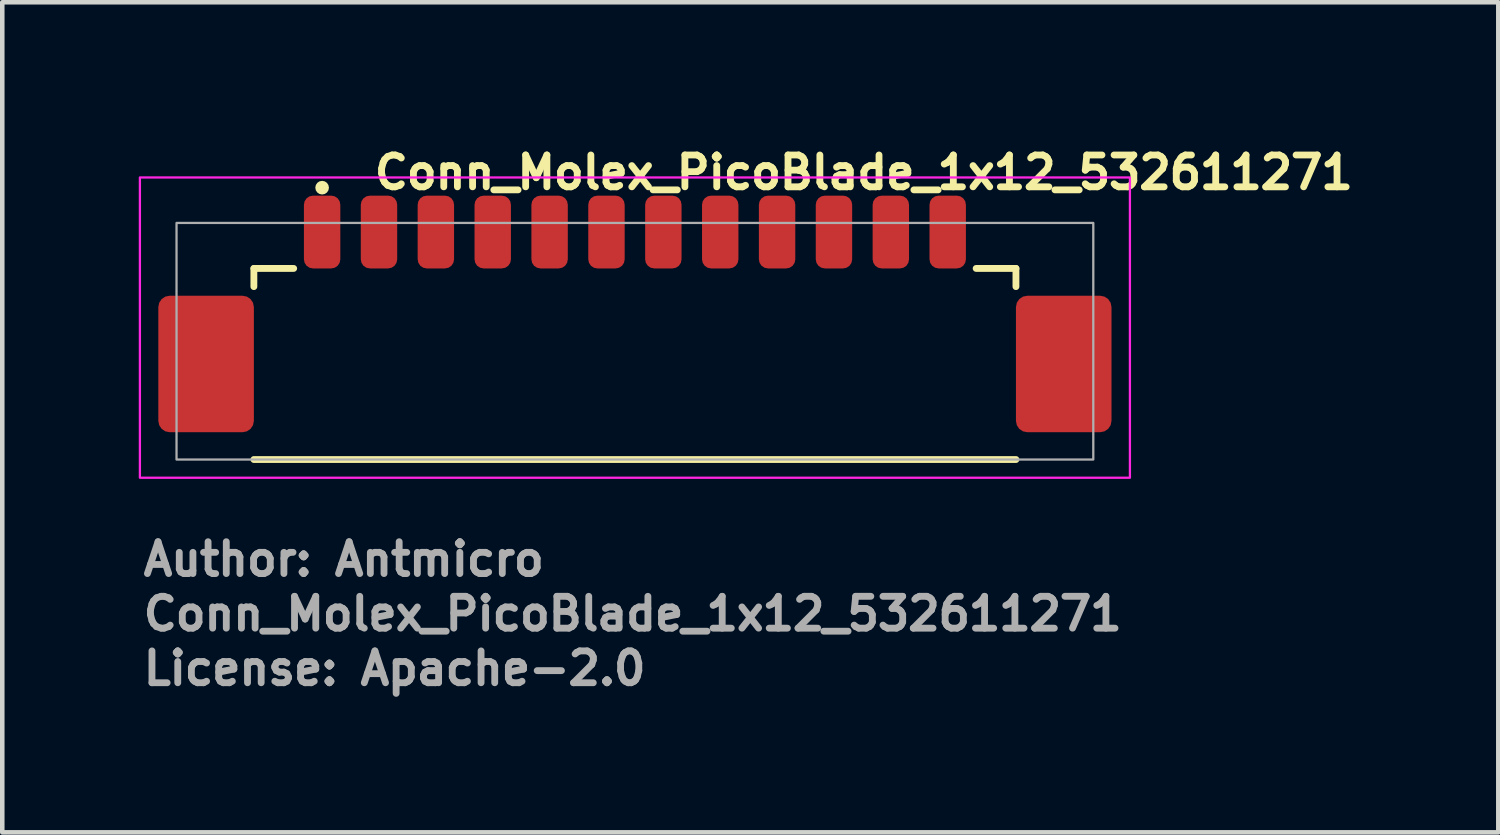
<source format=kicad_pcb>
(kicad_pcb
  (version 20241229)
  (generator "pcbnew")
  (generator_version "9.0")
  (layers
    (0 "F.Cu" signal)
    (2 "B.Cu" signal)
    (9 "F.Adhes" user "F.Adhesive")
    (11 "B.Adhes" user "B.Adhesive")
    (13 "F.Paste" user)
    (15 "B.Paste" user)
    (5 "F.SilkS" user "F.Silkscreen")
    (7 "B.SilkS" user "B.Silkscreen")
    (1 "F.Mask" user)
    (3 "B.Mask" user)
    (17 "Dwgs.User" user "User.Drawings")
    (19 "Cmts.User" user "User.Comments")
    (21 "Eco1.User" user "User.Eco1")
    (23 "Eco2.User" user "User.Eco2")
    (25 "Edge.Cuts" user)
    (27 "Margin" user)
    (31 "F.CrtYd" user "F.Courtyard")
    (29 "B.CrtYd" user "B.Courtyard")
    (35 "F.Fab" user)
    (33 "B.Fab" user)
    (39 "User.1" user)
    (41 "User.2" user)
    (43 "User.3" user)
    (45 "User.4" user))
  (footprint "Conn_Molex_PicoBlade_1x12_532611271"
    (layer "F.Cu")
    (at 10.905 4.45)
    (property "Reference" "Conn_Molex_PicoBlade_1x12_532611271" (at -5.8 -3.3 0) (layer "F.SilkS") (effects (font (size 0.7 0.7) (thickness 0.15)) (justify left bottom)))
    (attr smd)
    (fp_line (start -8.375 -1.6) (end -7.5 -1.6) (stroke (width 0.15) (type solid)) (layer "F.SilkS"))
    (fp_line (start -8.375 -1.2) (end -8.375 -1.6) (stroke (width 0.15) (type solid)) (layer "F.SilkS"))
    (fp_line (start -8.375 2.6) (end 8.375 2.6) (stroke (width 0.15) (type solid)) (layer "F.SilkS"))
    (fp_line (start 7.5 -1.6) (end 8.375 -1.6) (stroke (width 0.15) (type solid)) (layer "F.SilkS"))
    (fp_line (start 8.375 -1.2) (end 8.375 -1.6) (stroke (width 0.15) (type solid)) (layer "F.SilkS"))
    (fp_circle (center -6.875 -3.375) (end -6.8 -3.375) (stroke (width 0.15) (type solid)) (fill no) (layer "F.SilkS"))
    (fp_rect (start -10.88 -3.6) (end 10.88 3) (stroke (width 0.05) (type solid)) (fill no) (layer "F.CrtYd"))
    (fp_rect (start -10.075 -2.6) (end 10.075 2.6) (stroke (width 0.05) (type default)) (fill no) (layer "F.Fab"))
    (fp_rect (start -10.075 -2.6) (end 10.075 2.6) (stroke (width 0.1) (type solid)) (fill no) (layer "User.5"))
    (fp_line (start -10.075 1.4) (end -10.075 -0.4) (stroke (width 0.02) (type solid)) (layer "User.9"))
    (fp_line (start -10.075 1.4) (end -9.875 1.6) (stroke (width 0.02) (type solid)) (layer "User.9"))
    (fp_line (start -9.875 -0.6) (end -10.075 -0.4) (stroke (width 0.02) (type solid)) (layer "User.9"))
    (fp_line (start -9.875 -0.6) (end -9.675 -0.6) (stroke (width 0.02) (type solid)) (layer "User.9"))
    (fp_line (start -9.875 2.2) (end -9.875 -0.6) (stroke (width 0.02) (type solid)) (layer "User.9"))
    (fp_line (start -9.875 2.2) (end -9.675 2.2) (stroke (width 0.02) (type solid)) (layer "User.9"))
    (fp_line (start -9.675 -0.6) (end -8.875 -0.6) (stroke (width 0.02) (type solid)) (layer "User.9"))
    (fp_line (start -9.675 2.2) (end -9.675 -0.6) (stroke (width 0.02) (type solid)) (layer "User.9"))
    (fp_line (start -9.675 2.2) (end -8.875 2.2) (stroke (width 0.02) (type solid)) (layer "User.9"))
    (fp_line (start -8.875 -0.6) (end -8.375 -0.6) (stroke (width 0.02) (type solid)) (layer "User.9"))
    (fp_line (start -8.875 2.2) (end -8.875 -0.6) (stroke (width 0.02) (type solid)) (layer "User.9"))
    (fp_line (start -8.875 2.2) (end -8.375 2.2) (stroke (width 0.02) (type solid)) (layer "User.9"))
    (fp_line (start -8.375 -1.6) (end -8.375 1.6) (stroke (width 0.02) (type solid)) (layer "User.9"))
    (fp_line (start -8.375 1.6) (end -8.375 2.6) (stroke (width 0.02) (type solid)) (layer "User.9"))
    (fp_line (start -8.375 2.6) (end -8.075 2.6) (stroke (width 0.02) (type solid)) (layer "User.9"))
    (fp_line (start -8.075 2.6) (end -7.775 2.4) (stroke (width 0.02) (type solid)) (layer "User.9"))
    (fp_line (start -7.775 2.4) (end -7.775 1.6) (stroke (width 0.02) (type solid)) (layer "User.9"))
    (fp_line (start -7.775 2.4) (end -6.4 2.4) (stroke (width 0.02) (type solid)) (layer "User.9"))
    (fp_line (start -7.425 1) (end -7.425 1.6) (stroke (width 0.02) (type solid)) (layer "User.9"))
    (fp_line (start -7.425 1.6) (end -8.375 1.6) (stroke (width 0.02) (type solid)) (layer "User.9"))
    (fp_line (start -7.035 -2.6) (end -7.035 -2.3) (stroke (width 0.02) (type solid)) (layer "User.9"))
    (fp_line (start -7.035 -2.3) (end -7.035 -1.6) (stroke (width 0.02) (type solid)) (layer "User.9"))
    (fp_line (start -7.035 1) (end -7.035 1.9) (stroke (width 0.02) (type solid)) (layer "User.9"))
    (fp_line (start -6.715 -2.6) (end -7.035 -2.6) (stroke (width 0.02) (type solid)) (layer "User.9"))
    (fp_line (start -6.715 -2.6) (end -6.715 -2.3) (stroke (width 0.02) (type solid)) (layer "User.9"))
    (fp_line (start -6.715 -2.3) (end -7.035 -2.3) (stroke (width 0.02) (type solid)) (layer "User.9"))
    (fp_line (start -6.715 -2.3) (end -6.715 -1.6) (stroke (width 0.02) (type solid)) (layer "User.9"))
    (fp_line (start -6.715 1) (end -6.715 1.9) (stroke (width 0.02) (type solid)) (layer "User.9"))
    (fp_line (start -6.715 1.15) (end -6.4 1.15) (stroke (width 0.02) (type solid)) (layer "User.9"))
    (fp_line (start -6.715 1.9) (end -7.035 1.9) (stroke (width 0.02) (type solid)) (layer "User.9"))
    (fp_line (start -6.4 1.15) (end -6.4 2.4) (stroke (width 0.02) (type solid)) (layer "User.9"))
    (fp_line (start -6.4 2.4) (end -6.4 2.6) (stroke (width 0.02) (type solid)) (layer "User.9"))
    (fp_line (start -6.4 2.6) (end -8.075 2.6) (stroke (width 0.02) (type solid)) (layer "User.9"))
    (fp_line (start -6.1 1.15) (end -5.785 1.15) (stroke (width 0.02) (type solid)) (layer "User.9"))
    (fp_line (start -6.1 2.4) (end -6.1 1.15) (stroke (width 0.02) (type solid)) (layer "User.9"))
    (fp_line (start -6.1 2.4) (end 6.1 2.4) (stroke (width 0.02) (type solid)) (layer "User.9"))
    (fp_line (start -6.1 2.6) (end -6.1 2.4) (stroke (width 0.02) (type solid)) (layer "User.9"))
    (fp_line (start -5.785 -2.6) (end -5.785 -2.3) (stroke (width 0.02) (type solid)) (layer "User.9"))
    (fp_line (start -5.785 -2.3) (end -5.785 -1.6) (stroke (width 0.02) (type solid)) (layer "User.9"))
    (fp_line (start -5.785 1) (end -5.785 1.9) (stroke (width 0.02) (type solid)) (layer "User.9"))
    (fp_line (start -5.465 -2.6) (end -5.785 -2.6) (stroke (width 0.02) (type solid)) (layer "User.9"))
    (fp_line (start -5.465 -2.6) (end -5.465 -2.3) (stroke (width 0.02) (type solid)) (layer "User.9"))
    (fp_line (start -5.465 -2.3) (end -5.785 -2.3) (stroke (width 0.02) (type solid)) (layer "User.9"))
    (fp_line (start -5.465 -2.3) (end -5.465 -1.6) (stroke (width 0.02) (type solid)) (layer "User.9"))
    (fp_line (start -5.465 1) (end -5.465 1.9) (stroke (width 0.02) (type solid)) (layer "User.9"))
    (fp_line (start -5.465 1.9) (end -5.785 1.9) (stroke (width 0.02) (type solid)) (layer "User.9"))
    (fp_line (start -4.535 -2.6) (end -4.535 -2.3) (stroke (width 0.02) (type solid)) (layer "User.9"))
    (fp_line (start -4.535 -2.3) (end -4.535 -1.6) (stroke (width 0.02) (type solid)) (layer "User.9"))
    (fp_line (start -4.535 1) (end -4.535 1.9) (stroke (width 0.02) (type solid)) (layer "User.9"))
    (fp_line (start -4.215 -2.6) (end -4.535 -2.6) (stroke (width 0.02) (type solid)) (layer "User.9"))
    (fp_line (start -4.215 -2.6) (end -4.215 -2.3) (stroke (width 0.02) (type solid)) (layer "User.9"))
    (fp_line (start -4.215 -2.3) (end -4.535 -2.3) (stroke (width 0.02) (type solid)) (layer "User.9"))
    (fp_line (start -4.215 -2.3) (end -4.215 -1.6) (stroke (width 0.02) (type solid)) (layer "User.9"))
    (fp_line (start -4.215 1) (end -4.215 1.9) (stroke (width 0.02) (type solid)) (layer "User.9"))
    (fp_line (start -4.215 1.9) (end -4.535 1.9) (stroke (width 0.02) (type solid)) (layer "User.9"))
    (fp_line (start -3.285 -2.6) (end -3.285 -2.3) (stroke (width 0.02) (type solid)) (layer "User.9"))
    (fp_line (start -3.285 -2.3) (end -3.285 -1.6) (stroke (width 0.02) (type solid)) (layer "User.9"))
    (fp_line (start -3.285 1) (end -3.285 1.9) (stroke (width 0.02) (type solid)) (layer "User.9"))
    (fp_line (start -2.965 -2.6) (end -3.285 -2.6) (stroke (width 0.02) (type solid)) (layer "User.9"))
    (fp_line (start -2.965 -2.6) (end -2.965 -2.3) (stroke (width 0.02) (type solid)) (layer "User.9"))
    (fp_line (start -2.965 -2.3) (end -3.285 -2.3) (stroke (width 0.02) (type solid)) (layer "User.9"))
    (fp_line (start -2.965 -2.3) (end -2.965 -1.6) (stroke (width 0.02) (type solid)) (layer "User.9"))
    (fp_line (start -2.965 1) (end -2.965 1.9) (stroke (width 0.02) (type solid)) (layer "User.9"))
    (fp_line (start -2.965 1.9) (end -3.285 1.9) (stroke (width 0.02) (type solid)) (layer "User.9"))
    (fp_line (start -2.035 -2.6) (end -2.035 -2.3) (stroke (width 0.02) (type solid)) (layer "User.9"))
    (fp_line (start -2.035 -2.3) (end -2.035 -1.6) (stroke (width 0.02) (type solid)) (layer "User.9"))
    (fp_line (start -2.035 1) (end -2.035 1.9) (stroke (width 0.02) (type solid)) (layer "User.9"))
    (fp_line (start -1.715 -2.6) (end -2.035 -2.6) (stroke (width 0.02) (type solid)) (layer "User.9"))
    (fp_line (start -1.715 -2.6) (end -1.715 -2.3) (stroke (width 0.02) (type solid)) (layer "User.9"))
    (fp_line (start -1.715 -2.3) (end -2.035 -2.3) (stroke (width 0.02) (type solid)) (layer "User.9"))
    (fp_line (start -1.715 -2.3) (end -1.715 -1.6) (stroke (width 0.02) (type solid)) (layer "User.9"))
    (fp_line (start -1.715 1) (end -1.715 1.9) (stroke (width 0.02) (type solid)) (layer "User.9"))
    (fp_line (start -1.715 1.9) (end -2.035 1.9) (stroke (width 0.02) (type solid)) (layer "User.9"))
    (fp_line (start -0.785 -2.6) (end -0.785 -2.3) (stroke (width 0.02) (type solid)) (layer "User.9"))
    (fp_line (start -0.785 -2.3) (end -0.785 -1.6) (stroke (width 0.02) (type solid)) (layer "User.9"))
    (fp_line (start -0.785 1) (end -0.785 1.9) (stroke (width 0.02) (type solid)) (layer "User.9"))
    (fp_line (start -0.465 -2.6) (end -0.785 -2.6) (stroke (width 0.02) (type solid)) (layer "User.9"))
    (fp_line (start -0.465 -2.6) (end -0.465 -2.3) (stroke (width 0.02) (type solid)) (layer "User.9"))
    (fp_line (start -0.465 -2.3) (end -0.785 -2.3) (stroke (width 0.02) (type solid)) (layer "User.9"))
    (fp_line (start -0.465 -2.3) (end -0.465 -1.6) (stroke (width 0.02) (type solid)) (layer "User.9"))
    (fp_line (start -0.465 1) (end -0.465 1.9) (stroke (width 0.02) (type solid)) (layer "User.9"))
    (fp_line (start -0.465 1.9) (end -0.785 1.9) (stroke (width 0.02) (type solid)) (layer "User.9"))
    (fp_line (start 0.465 -2.6) (end 0.465 -2.3) (stroke (width 0.02) (type solid)) (layer "User.9"))
    (fp_line (start 0.465 -2.3) (end 0.465 -1.6) (stroke (width 0.02) (type solid)) (layer "User.9"))
    (fp_line (start 0.465 1) (end 0.465 1.9) (stroke (width 0.02) (type solid)) (layer "User.9"))
    (fp_line (start 0.785 -2.6) (end 0.465 -2.6) (stroke (width 0.02) (type solid)) (layer "User.9"))
    (fp_line (start 0.785 -2.6) (end 0.785 -2.3) (stroke (width 0.02) (type solid)) (layer "User.9"))
    (fp_line (start 0.785 -2.3) (end 0.465 -2.3) (stroke (width 0.02) (type solid)) (layer "User.9"))
    (fp_line (start 0.785 -2.3) (end 0.785 -1.6) (stroke (width 0.02) (type solid)) (layer "User.9"))
    (fp_line (start 0.785 1) (end 0.785 1.9) (stroke (width 0.02) (type solid)) (layer "User.9"))
    (fp_line (start 0.785 1.9) (end 0.465 1.9) (stroke (width 0.02) (type solid)) (layer "User.9"))
    (fp_line (start 1.715 -2.6) (end 1.715 -2.3) (stroke (width 0.02) (type solid)) (layer "User.9"))
    (fp_line (start 1.715 -2.3) (end 1.715 -1.6) (stroke (width 0.02) (type solid)) (layer "User.9"))
    (fp_line (start 1.715 1) (end 1.715 1.9) (stroke (width 0.02) (type solid)) (layer "User.9"))
    (fp_line (start 2.035 -2.6) (end 1.715 -2.6) (stroke (width 0.02) (type solid)) (layer "User.9"))
    (fp_line (start 2.035 -2.6) (end 2.035 -2.3) (stroke (width 0.02) (type solid)) (layer "User.9"))
    (fp_line (start 2.035 -2.3) (end 1.715 -2.3) (stroke (width 0.02) (type solid)) (layer "User.9"))
    (fp_line (start 2.035 -2.3) (end 2.035 -1.6) (stroke (width 0.02) (type solid)) (layer "User.9"))
    (fp_line (start 2.035 1) (end 2.035 1.9) (stroke (width 0.02) (type solid)) (layer "User.9"))
    (fp_line (start 2.035 1.9) (end 1.715 1.9) (stroke (width 0.02) (type solid)) (layer "User.9"))
    (fp_line (start 2.965 -2.6) (end 2.965 -2.3) (stroke (width 0.02) (type solid)) (layer "User.9"))
    (fp_line (start 2.965 -2.3) (end 2.965 -1.6) (stroke (width 0.02) (type solid)) (layer "User.9"))
    (fp_line (start 2.965 1) (end 2.965 1.9) (stroke (width 0.02) (type solid)) (layer "User.9"))
    (fp_line (start 3.285 -2.6) (end 2.965 -2.6) (stroke (width 0.02) (type solid)) (layer "User.9"))
    (fp_line (start 3.285 -2.6) (end 3.285 -2.3) (stroke (width 0.02) (type solid)) (layer "User.9"))
    (fp_line (start 3.285 -2.3) (end 2.965 -2.3) (stroke (width 0.02) (type solid)) (layer "User.9"))
    (fp_line (start 3.285 -2.3) (end 3.285 -1.6) (stroke (width 0.02) (type solid)) (layer "User.9"))
    (fp_line (start 3.285 1) (end 3.285 1.9) (stroke (width 0.02) (type solid)) (layer "User.9"))
    (fp_line (start 3.285 1.9) (end 2.965 1.9) (stroke (width 0.02) (type solid)) (layer "User.9"))
    (fp_line (start 4.215 -2.6) (end 4.215 -2.3) (stroke (width 0.02) (type solid)) (layer "User.9"))
    (fp_line (start 4.215 -2.3) (end 4.215 -1.6) (stroke (width 0.02) (type solid)) (layer "User.9"))
    (fp_line (start 4.215 1) (end 4.215 1.9) (stroke (width 0.02) (type solid)) (layer "User.9"))
    (fp_line (start 4.535 -2.6) (end 4.215 -2.6) (stroke (width 0.02) (type solid)) (layer "User.9"))
    (fp_line (start 4.535 -2.6) (end 4.535 -2.3) (stroke (width 0.02) (type solid)) (layer "User.9"))
    (fp_line (start 4.535 -2.3) (end 4.215 -2.3) (stroke (width 0.02) (type solid)) (layer "User.9"))
    (fp_line (start 4.535 -2.3) (end 4.535 -1.6) (stroke (width 0.02) (type solid)) (layer "User.9"))
    (fp_line (start 4.535 1) (end 4.535 1.9) (stroke (width 0.02) (type solid)) (layer "User.9"))
    (fp_line (start 4.535 1.9) (end 4.215 1.9) (stroke (width 0.02) (type solid)) (layer "User.9"))
    (fp_line (start 5.465 -2.6) (end 5.465 -2.3) (stroke (width 0.02) (type solid)) (layer "User.9"))
    (fp_line (start 5.465 -2.3) (end 5.465 -1.6) (stroke (width 0.02) (type solid)) (layer "User.9"))
    (fp_line (start 5.465 1) (end 5.465 1.9) (stroke (width 0.02) (type solid)) (layer "User.9"))
    (fp_line (start 5.785 -2.6) (end 5.465 -2.6) (stroke (width 0.02) (type solid)) (layer "User.9"))
    (fp_line (start 5.785 -2.6) (end 5.785 -2.3) (stroke (width 0.02) (type solid)) (layer "User.9"))
    (fp_line (start 5.785 -2.3) (end 5.465 -2.3) (stroke (width 0.02) (type solid)) (layer "User.9"))
    (fp_line (start 5.785 -2.3) (end 5.785 -1.6) (stroke (width 0.02) (type solid)) (layer "User.9"))
    (fp_line (start 5.785 1) (end 5.785 1.9) (stroke (width 0.02) (type solid)) (layer "User.9"))
    (fp_line (start 5.785 1.9) (end 5.465 1.9) (stroke (width 0.02) (type solid)) (layer "User.9"))
    (fp_line (start 6.1 1.15) (end 5.785 1.15) (stroke (width 0.02) (type solid)) (layer "User.9"))
    (fp_line (start 6.1 2.4) (end 6.1 1.15) (stroke (width 0.02) (type solid)) (layer "User.9"))
    (fp_line (start 6.1 2.6) (end -6.1 2.6) (stroke (width 0.02) (type solid)) (layer "User.9"))
    (fp_line (start 6.1 2.6) (end 6.1 2.4) (stroke (width 0.02) (type solid)) (layer "User.9"))
    (fp_line (start 6.4 1.15) (end 6.4 2.4) (stroke (width 0.02) (type solid)) (layer "User.9"))
    (fp_line (start 6.4 2.4) (end 6.4 2.6) (stroke (width 0.02) (type solid)) (layer "User.9"))
    (fp_line (start 6.4 2.4) (end 7.775 2.4) (stroke (width 0.02) (type solid)) (layer "User.9"))
    (fp_line (start 6.715 -2.6) (end 6.715 -2.3) (stroke (width 0.02) (type solid)) (layer "User.9"))
    (fp_line (start 6.715 -2.3) (end 6.715 -1.6) (stroke (width 0.02) (type solid)) (layer "User.9"))
    (fp_line (start 6.715 1) (end 6.715 1.9) (stroke (width 0.02) (type solid)) (layer "User.9"))
    (fp_line (start 6.715 1.15) (end 6.4 1.15) (stroke (width 0.02) (type solid)) (layer "User.9"))
    (fp_line (start 7.035 -2.6) (end 6.715 -2.6) (stroke (width 0.02) (type solid)) (layer "User.9"))
    (fp_line (start 7.035 -2.6) (end 7.035 -2.3) (stroke (width 0.02) (type solid)) (layer "User.9"))
    (fp_line (start 7.035 -2.3) (end 6.715 -2.3) (stroke (width 0.02) (type solid)) (layer "User.9"))
    (fp_line (start 7.035 -2.3) (end 7.035 -1.6) (stroke (width 0.02) (type solid)) (layer "User.9"))
    (fp_line (start 7.035 1) (end 7.035 1.9) (stroke (width 0.02) (type solid)) (layer "User.9"))
    (fp_line (start 7.035 1.9) (end 6.715 1.9) (stroke (width 0.02) (type solid)) (layer "User.9"))
    (fp_line (start 7.425 1) (end -7.425 1) (stroke (width 0.02) (type solid)) (layer "User.9"))
    (fp_line (start 7.425 1.6) (end 7.425 1) (stroke (width 0.02) (type solid)) (layer "User.9"))
    (fp_line (start 7.775 2.4) (end 7.775 1.6) (stroke (width 0.02) (type solid)) (layer "User.9"))
    (fp_line (start 7.775 2.4) (end 8.075 2.6) (stroke (width 0.02) (type solid)) (layer "User.9"))
    (fp_line (start 8.075 2.6) (end 6.4 2.6) (stroke (width 0.02) (type solid)) (layer "User.9"))
    (fp_line (start 8.075 2.6) (end 8.375 2.6) (stroke (width 0.02) (type solid)) (layer "User.9"))
    (fp_line (start 8.375 -1.6) (end -8.375 -1.6) (stroke (width 0.02) (type solid)) (layer "User.9"))
    (fp_line (start 8.375 -1.6) (end 8.375 1.6) (stroke (width 0.02) (type solid)) (layer "User.9"))
    (fp_line (start 8.375 -0.6) (end 8.875 -0.6) (stroke (width 0.02) (type solid)) (layer "User.9"))
    (fp_line (start 8.375 1.6) (end 7.425 1.6) (stroke (width 0.02) (type solid)) (layer "User.9"))
    (fp_line (start 8.375 2.2) (end 8.875 2.2) (stroke (width 0.02) (type solid)) (layer "User.9"))
    (fp_line (start 8.375 2.6) (end 8.375 1.6) (stroke (width 0.02) (type solid)) (layer "User.9"))
    (fp_line (start 8.875 -0.6) (end 9.675 -0.6) (stroke (width 0.02) (type solid)) (layer "User.9"))
    (fp_line (start 8.875 2.2) (end 8.875 -0.6) (stroke (width 0.02) (type solid)) (layer "User.9"))
    (fp_line (start 8.875 2.2) (end 9.675 2.2) (stroke (width 0.02) (type solid)) (layer "User.9"))
    (fp_line (start 9.675 -0.6) (end 9.875 -0.6) (stroke (width 0.02) (type solid)) (layer "User.9"))
    (fp_line (start 9.675 2.2) (end 9.675 -0.6) (stroke (width 0.02) (type solid)) (layer "User.9"))
    (fp_line (start 9.675 2.2) (end 9.875 2.2) (stroke (width 0.02) (type solid)) (layer "User.9"))
    (fp_line (start 9.875 1.6) (end 10.075 1.4) (stroke (width 0.02) (type solid)) (layer "User.9"))
    (fp_line (start 9.875 2.2) (end 9.875 -0.6) (stroke (width 0.02) (type solid)) (layer "User.9"))
    (fp_line (start 10.075 -0.4) (end 9.875 -0.6) (stroke (width 0.02) (type solid)) (layer "User.9"))
    (fp_line (start 10.075 1.4) (end 10.075 -0.4) (stroke (width 0.02) (type solid)) (layer "User.9"))
    (fp_text user "Author: Antmicro" (at -10.88 5.2 0) (layer "F.Fab") (effects (font (size 0.7 0.7) (thickness 0.15)) (justify left bottom)))
    (fp_text user "License: Apache-2.0" (at -10.88 7.6 0) (layer "F.Fab") (effects (font (size 0.7 0.7) (thickness 0.15)) (justify left bottom)))
    (fp_text user "${REFERENCE}" (at -10.88 6.4 0) (layer "F.Fab") (effects (font (size 0.7 0.7) (thickness 0.15)) (justify left bottom)))
    (pad "1" smd roundrect (at -6.875 -2.4) (size 0.8 1.6) (layers "F.Cu" "F.Mask" "F.Paste") (roundrect_rratio 0.25))
    (pad "2" smd roundrect (at -5.625 -2.4) (size 0.8 1.6) (layers "F.Cu" "F.Mask" "F.Paste") (roundrect_rratio 0.25))
    (pad "3" smd roundrect (at -4.375 -2.4) (size 0.8 1.6) (layers "F.Cu" "F.Mask" "F.Paste") (roundrect_rratio 0.25))
    (pad "4" smd roundrect (at -3.125 -2.4) (size 0.8 1.6) (layers "F.Cu" "F.Mask" "F.Paste") (roundrect_rratio 0.25))
    (pad "5" smd roundrect (at -1.875 -2.4) (size 0.8 1.6) (layers "F.Cu" "F.Mask" "F.Paste") (roundrect_rratio 0.25))
    (pad "6" smd roundrect (at -0.625 -2.4) (size 0.8 1.6) (layers "F.Cu" "F.Mask" "F.Paste") (roundrect_rratio 0.25))
    (pad "7" smd roundrect (at 0.625 -2.4) (size 0.8 1.6) (layers "F.Cu" "F.Mask" "F.Paste") (roundrect_rratio 0.25))
    (pad "8" smd roundrect (at 1.875 -2.4) (size 0.8 1.6) (layers "F.Cu" "F.Mask" "F.Paste") (roundrect_rratio 0.25))
    (pad "9" smd roundrect (at 3.125 -2.4) (size 0.8 1.6) (layers "F.Cu" "F.Mask" "F.Paste") (roundrect_rratio 0.25))
    (pad "10" smd roundrect (at 4.375 -2.4) (size 0.8 1.6) (layers "F.Cu" "F.Mask" "F.Paste") (roundrect_rratio 0.25))
    (pad "11" smd roundrect (at 5.625 -2.4) (size 0.8 1.6) (layers "F.Cu" "F.Mask" "F.Paste") (roundrect_rratio 0.25))
    (pad "12" smd roundrect (at 6.875 -2.4) (size 0.8 1.6) (layers "F.Cu" "F.Mask" "F.Paste") (roundrect_rratio 0.25))
    (pad "MP" smd roundrect (at -9.425 0.5) (size 2.1 3) (layers "F.Cu" "F.Mask" "F.Paste") (roundrect_rratio 0.119))
    (pad "MP" smd roundrect (at 9.425 0.5) (size 2.1 3) (layers "F.Cu" "F.Mask" "F.Paste") (roundrect_rratio 0.119)))
  (gr_rect
    (start -3 -3)
    (end 29.882 15.245)
    (stroke (width 0.1) (type default))
    (fill no)
    (layer "Edge.Cuts")))
</source>
